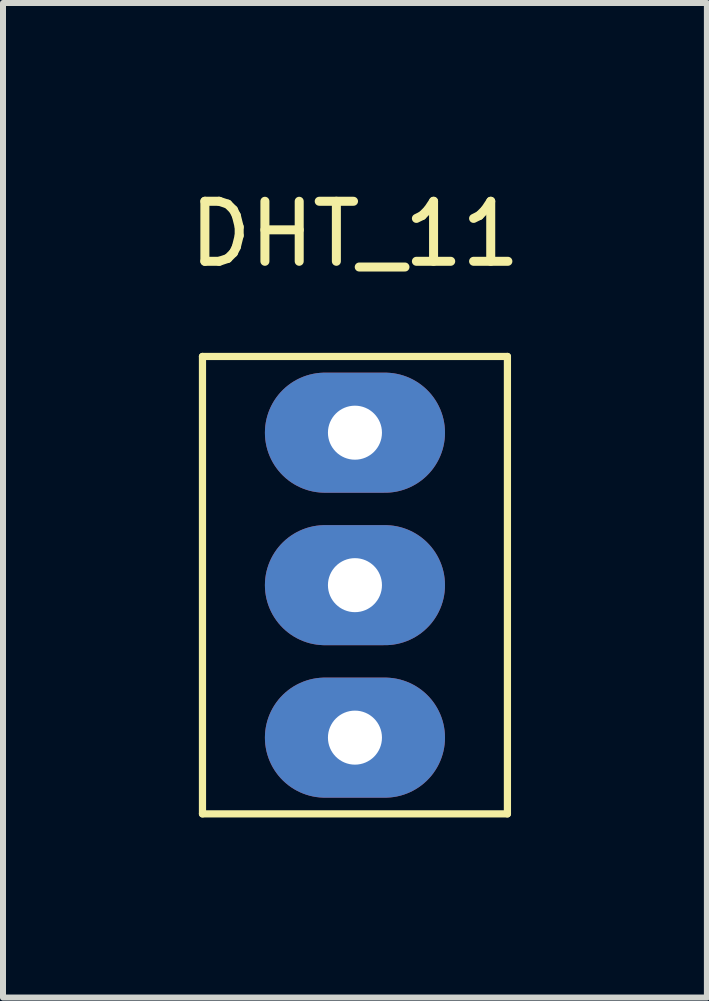
<source format=kicad_pcb>
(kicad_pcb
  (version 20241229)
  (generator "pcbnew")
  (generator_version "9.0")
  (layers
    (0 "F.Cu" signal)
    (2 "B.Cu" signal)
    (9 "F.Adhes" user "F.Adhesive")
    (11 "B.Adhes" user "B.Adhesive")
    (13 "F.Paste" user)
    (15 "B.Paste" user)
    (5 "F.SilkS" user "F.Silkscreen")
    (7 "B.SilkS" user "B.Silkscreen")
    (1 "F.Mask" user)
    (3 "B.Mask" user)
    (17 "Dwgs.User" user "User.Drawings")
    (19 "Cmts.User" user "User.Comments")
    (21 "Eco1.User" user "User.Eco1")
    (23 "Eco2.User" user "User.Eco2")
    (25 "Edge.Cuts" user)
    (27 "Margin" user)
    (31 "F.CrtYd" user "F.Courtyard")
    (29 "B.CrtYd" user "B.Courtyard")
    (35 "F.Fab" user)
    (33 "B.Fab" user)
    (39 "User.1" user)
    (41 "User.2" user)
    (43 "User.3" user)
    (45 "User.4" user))
  (footprint "DHT_11"
    (layer "F.Cu")
    (at 2.863 0.348)
    (property "Reference" "DHT_11" (at 0 0.5 0) (layer "F.SilkS") (effects (font (size 1 1) (thickness 0.15))))
    (attr through_hole)
    (fp_line (start -2.54 2.54) (end 2.54 2.54) (stroke (width 0.12) (type solid)) (layer "F.SilkS"))
    (fp_line (start -2.54 10.16) (end -2.54 2.54) (stroke (width 0.12) (type solid)) (layer "F.SilkS"))
    (fp_line (start 2.54 2.54) (end 2.54 10.16) (stroke (width 0.12) (type solid)) (layer "F.SilkS"))
    (fp_line (start 2.54 10.16) (end -2.54 10.16) (stroke (width 0.12) (type solid)) (layer "F.SilkS"))
    (pad "1" thru_hole oval (at 0 3.81) (size 3 2) (drill 0.9) (layers "*.Cu" "*.Mask"))
    (pad "2" thru_hole oval (at 0 6.35) (size 3 2) (drill 0.9) (layers "*.Cu" "*.Mask"))
    (pad "3" thru_hole oval (at 0 8.89) (size 3 2) (drill 0.9) (layers "*.Cu" "*.Mask")))
  (gr_rect
    (start -3 -3)
    (end 8.726 13.568)
    (stroke (width 0.1) (type default))
    (fill no)
    (layer "Edge.Cuts")))
</source>
